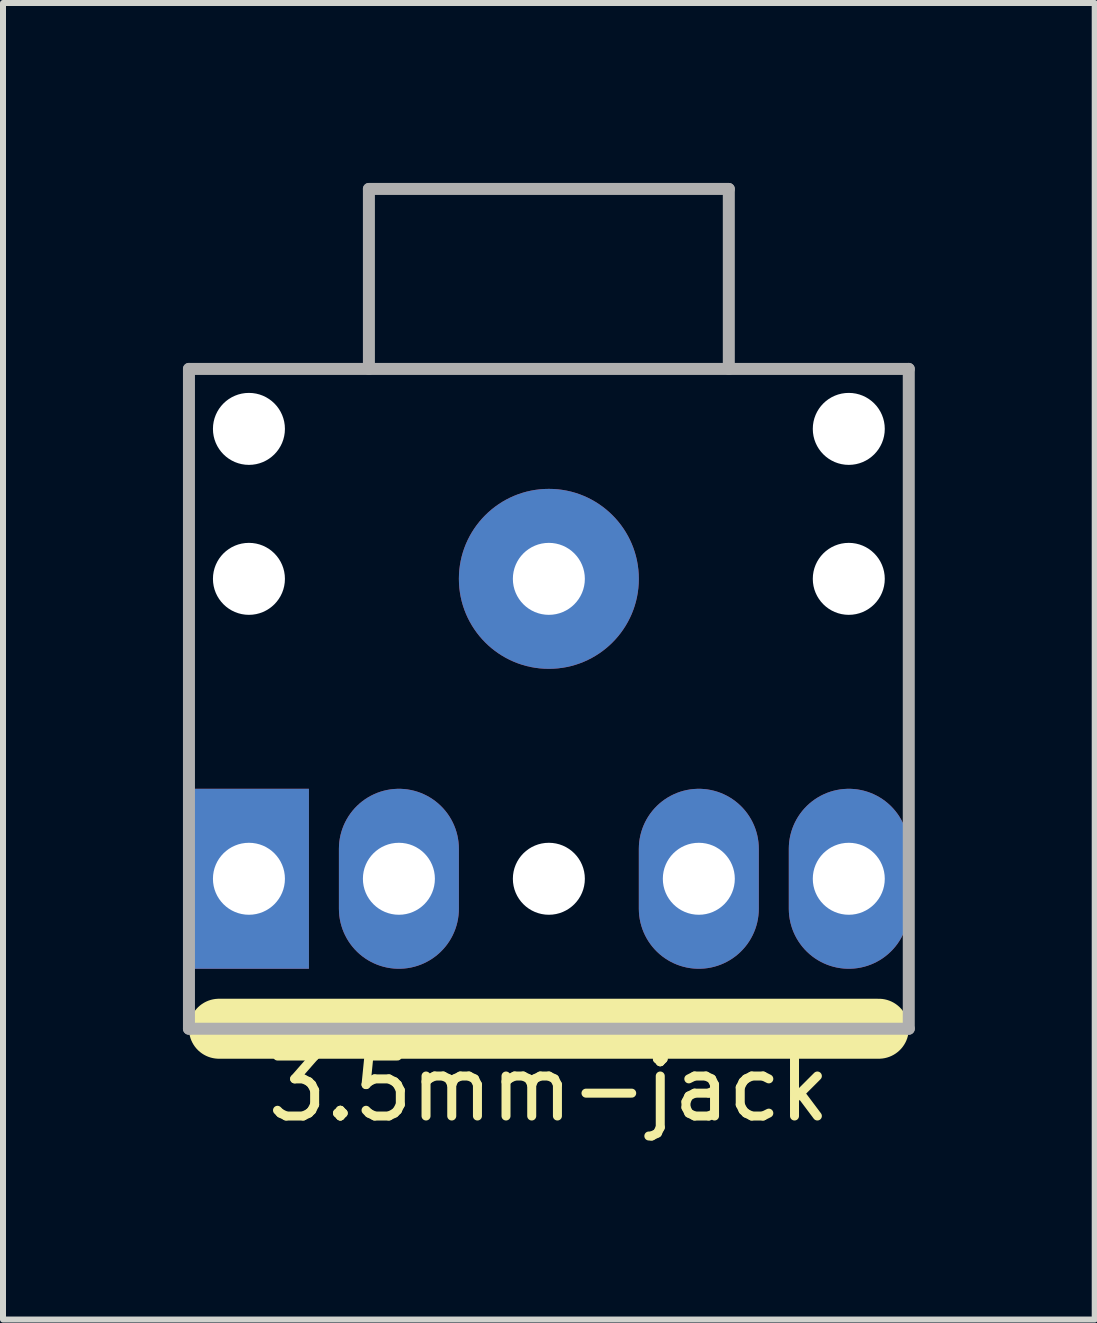
<source format=kicad_pcb>
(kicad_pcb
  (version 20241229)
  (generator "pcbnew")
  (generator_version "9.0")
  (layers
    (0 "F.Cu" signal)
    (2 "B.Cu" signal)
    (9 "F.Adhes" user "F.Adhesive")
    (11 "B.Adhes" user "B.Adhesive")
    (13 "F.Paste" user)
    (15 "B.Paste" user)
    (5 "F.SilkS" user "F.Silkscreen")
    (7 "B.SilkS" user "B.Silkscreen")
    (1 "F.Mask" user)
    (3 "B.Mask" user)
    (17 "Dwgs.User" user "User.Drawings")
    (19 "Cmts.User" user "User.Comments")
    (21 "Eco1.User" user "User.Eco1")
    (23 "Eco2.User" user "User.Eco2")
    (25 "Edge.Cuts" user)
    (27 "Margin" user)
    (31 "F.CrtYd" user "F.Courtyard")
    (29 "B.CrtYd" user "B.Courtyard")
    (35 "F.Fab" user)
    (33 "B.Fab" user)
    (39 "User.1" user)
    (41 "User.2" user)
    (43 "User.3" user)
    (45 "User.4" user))
  (footprint "3.5mm-jack"
    (layer "F.Cu")
    (at 6.1 6.6)
    (property "Reference" "3.5mm-jack" (at 0 8.5 0) (layer "F.SilkS") (effects (font (size 1 1) (thickness 0.15))))
    (attr through_hole)
    (fp_line (start -5.5 7.5) (end 5.5 7.5) (stroke (width 1) (type solid)) (layer "F.SilkS"))
    (fp_line (start -6 -3.5) (end -6 7.5) (stroke (width 0.2) (type solid)) (layer "F.Fab"))
    (fp_line (start -3 -6.5) (end 3 -6.5) (stroke (width 0.2) (type solid)) (layer "F.Fab"))
    (fp_line (start -3 -3.5) (end -3 -6.5) (stroke (width 0.2) (type solid)) (layer "F.Fab"))
    (fp_line (start 3 -6.5) (end 3 -3.5) (stroke (width 0.2) (type solid)) (layer "F.Fab"))
    (fp_line (start 6 -3.5) (end -6 -3.5) (stroke (width 0.2) (type solid)) (layer "F.Fab"))
    (fp_line (start 6 7.5) (end -6 7.5) (stroke (width 0.2) (type solid)) (layer "F.Fab"))
    (fp_line (start 6 7.5) (end 6 -3.5) (stroke (width 0.2) (type solid)) (layer "F.Fab"))
    (pad "" np_thru_hole circle (at -5 -2.5) (size 1.2 1.2) (drill 1.2) (layers "*.Cu" "*.Mask"))
    (pad "" np_thru_hole circle (at -5 0) (size 1.2 1.2) (drill 1.2) (layers "*.Cu" "*.Mask"))
    (pad "" np_thru_hole circle (at 0 5) (size 1.2 1.2) (drill 1.2) (layers "*.Cu" "*.Mask"))
    (pad "" np_thru_hole circle (at 5 -2.5) (size 1.2 1.2) (drill 1.2) (layers "*.Cu" "*.Mask"))
    (pad "" np_thru_hole circle (at 5 0) (size 1.2 1.2) (drill 1.2) (layers "*.Cu" "*.Mask"))
    (pad "1" thru_hole oval (at 5 5) (size 2 3) (drill 1.2) (layers "*.Cu" "*.Mask"))
    (pad "2" thru_hole rect (at -5 5) (size 2 3) (drill 1.2) (layers "*.Cu" "*.Mask"))
    (pad "3" thru_hole oval (at 0 0) (size 3 3) (drill 1.2) (layers "*.Cu" "*.Mask"))
    (pad "4" thru_hole oval (at 2.5 5) (size 2 3) (drill 1.2) (layers "*.Cu" "*.Mask"))
    (pad "5" thru_hole oval (at -2.5 5) (size 2 3) (drill 1.2) (layers "*.Cu" "*.Mask")))
  (gr_rect
    (start -3 -3)
    (end 15.2 18.948)
    (stroke (width 0.1) (type default))
    (fill no)
    (layer "Edge.Cuts")))
</source>
